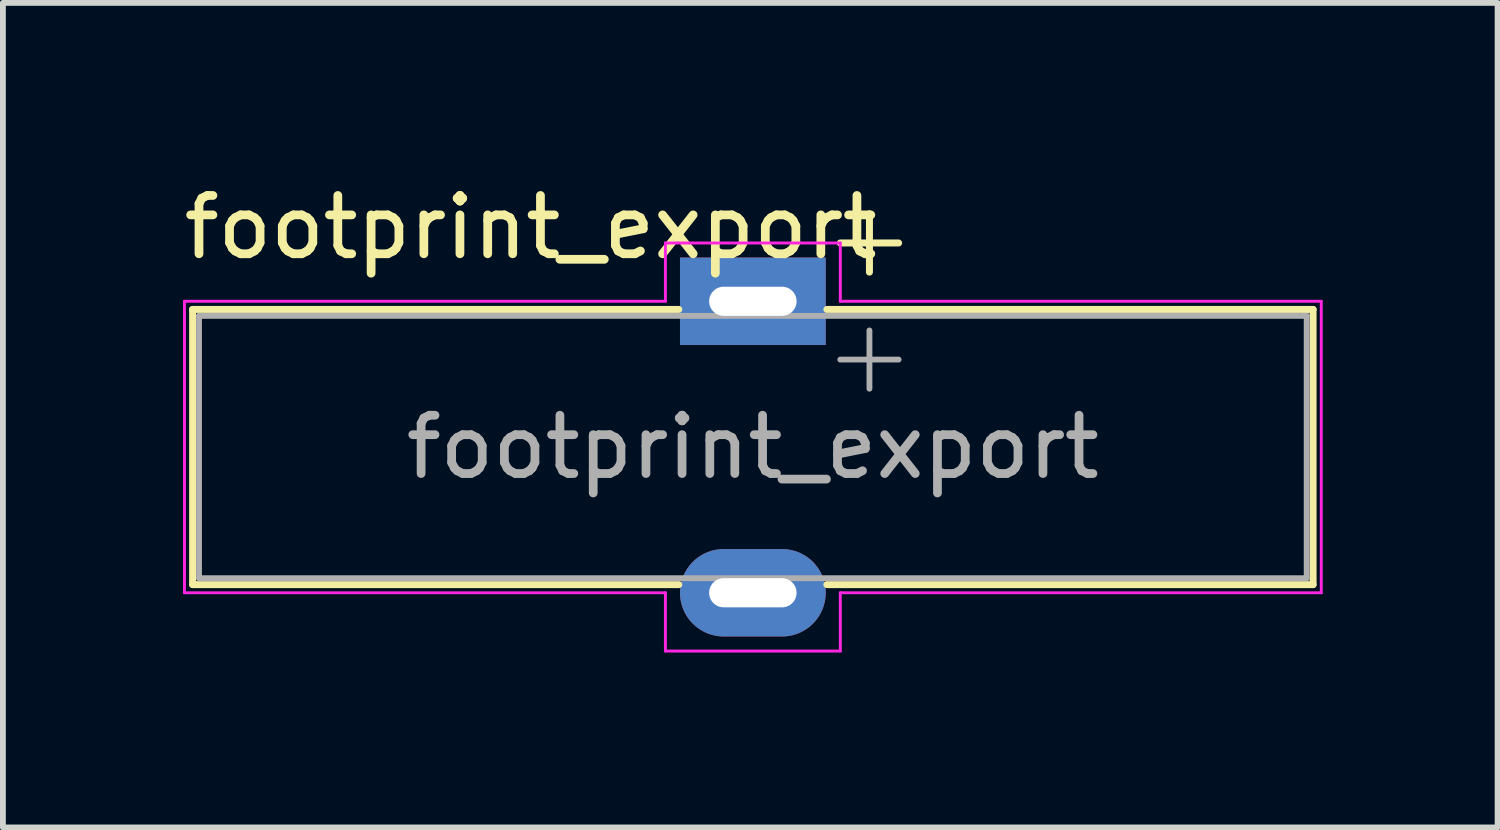
<source format=kicad_pcb>
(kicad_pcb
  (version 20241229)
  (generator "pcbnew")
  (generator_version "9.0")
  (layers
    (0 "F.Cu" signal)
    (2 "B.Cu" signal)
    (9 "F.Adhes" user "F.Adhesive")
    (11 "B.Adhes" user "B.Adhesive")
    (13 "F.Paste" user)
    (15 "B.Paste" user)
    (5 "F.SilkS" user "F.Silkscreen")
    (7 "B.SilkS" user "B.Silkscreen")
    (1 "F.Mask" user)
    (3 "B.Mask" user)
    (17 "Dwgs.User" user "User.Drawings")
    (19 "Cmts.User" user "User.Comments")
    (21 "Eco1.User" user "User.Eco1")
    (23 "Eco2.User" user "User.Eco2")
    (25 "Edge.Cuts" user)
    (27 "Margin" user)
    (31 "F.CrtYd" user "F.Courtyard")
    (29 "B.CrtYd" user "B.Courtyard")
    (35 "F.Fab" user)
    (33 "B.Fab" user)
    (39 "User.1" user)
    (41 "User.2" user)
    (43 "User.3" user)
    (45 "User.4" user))
  (footprint "footprint_export"
    (layer "F.Cu")
    (at 9.864 2.118)
    (property "Reference" "footprint_export" (at -3.81 -1.27 0) (layer "F.SilkS") (effects (font (size 1 1) (thickness 0.15))))
    (attr through_hole)
    (fp_line (start -9.61 0.14) (end -9.61 4.86) (stroke (width 0.12) (type solid)) (layer "F.SilkS"))
    (fp_line (start -9.61 0.14) (end -1.27 0.14) (stroke (width 0.12) (type solid)) (layer "F.SilkS"))
    (fp_line (start -1.27 4.86) (end -9.61 4.86) (stroke (width 0.12) (type solid)) (layer "F.SilkS"))
    (fp_line (start 1.27 0.14) (end 9.61 0.14) (stroke (width 0.12) (type solid)) (layer "F.SilkS"))
    (fp_line (start 1.5 -1) (end 2.5 -1) (stroke (width 0.12) (type solid)) (layer "F.SilkS"))
    (fp_line (start 2 -1.5) (end 2 -0.5) (stroke (width 0.12) (type solid)) (layer "F.SilkS"))
    (fp_line (start 9.61 0.14) (end 9.61 4.86) (stroke (width 0.12) (type solid)) (layer "F.SilkS"))
    (fp_line (start 9.61 4.86) (end 1.27 4.86) (stroke (width 0.12) (type solid)) (layer "F.SilkS"))
    (fp_line (start -9.75 0) (end -9.75 5) (stroke (width 0.05) (type solid)) (layer "F.CrtYd"))
    (fp_line (start -9.75 5) (end -1.5 5) (stroke (width 0.05) (type solid)) (layer "F.CrtYd"))
    (fp_line (start -1.5 -1) (end -1.5 0) (stroke (width 0.05) (type solid)) (layer "F.CrtYd"))
    (fp_line (start -1.5 0) (end -9.75 0) (stroke (width 0.05) (type solid)) (layer "F.CrtYd"))
    (fp_line (start -1.5 5) (end -1.5 6) (stroke (width 0.05) (type solid)) (layer "F.CrtYd"))
    (fp_line (start -1.5 6) (end 1.5 6) (stroke (width 0.05) (type solid)) (layer "F.CrtYd"))
    (fp_line (start 1.5 -1) (end -1.5 -1) (stroke (width 0.05) (type solid)) (layer "F.CrtYd"))
    (fp_line (start 1.5 0) (end 1.5 -1) (stroke (width 0.05) (type solid)) (layer "F.CrtYd"))
    (fp_line (start 1.5 0) (end 9.75 0) (stroke (width 0.05) (type solid)) (layer "F.CrtYd"))
    (fp_line (start 1.5 5) (end 1.5 6) (stroke (width 0.05) (type solid)) (layer "F.CrtYd"))
    (fp_line (start 9.75 0) (end 9.75 5) (stroke (width 0.05) (type solid)) (layer "F.CrtYd"))
    (fp_line (start 9.75 5) (end 1.5 5) (stroke (width 0.05) (type solid)) (layer "F.CrtYd"))
    (fp_line (start -9.5 0.25) (end -9.5 4.75) (stroke (width 0.1) (type solid)) (layer "F.Fab"))
    (fp_line (start -9.5 0.25) (end 9.5 0.25) (stroke (width 0.1) (type solid)) (layer "F.Fab"))
    (fp_line (start -9.5 4.75) (end 9.5 4.75) (stroke (width 0.1) (type solid)) (layer "F.Fab"))
    (fp_line (start 1.5 1) (end 2.5 1) (stroke (width 0.1) (type solid)) (layer "F.Fab"))
    (fp_line (start 2 0.5) (end 2 1.5) (stroke (width 0.1) (type solid)) (layer "F.Fab"))
    (fp_line (start 9.5 0.25) (end 9.5 4.75) (stroke (width 0.1) (type solid)) (layer "F.Fab"))
    (fp_text user "${REFERENCE}" (at 0 2.5 0) (layer "F.Fab") (effects (font (size 1 1) (thickness 0.15))))
    (pad "1" thru_hole rect (at 0 0) (size 2.5 1.5) (drill oval 1.5 0.5) (layers "*.Cu" "*.Mask"))
    (pad "2" thru_hole oval (at 0 5) (size 2.5 1.5) (drill oval 1.5 0.5) (layers "*.Cu" "*.Mask")))
  (gr_rect
    (start -3 -3)
    (end 22.639 11.143)
    (stroke (width 0.1) (type default))
    (fill no)
    (layer "Edge.Cuts")))
</source>
